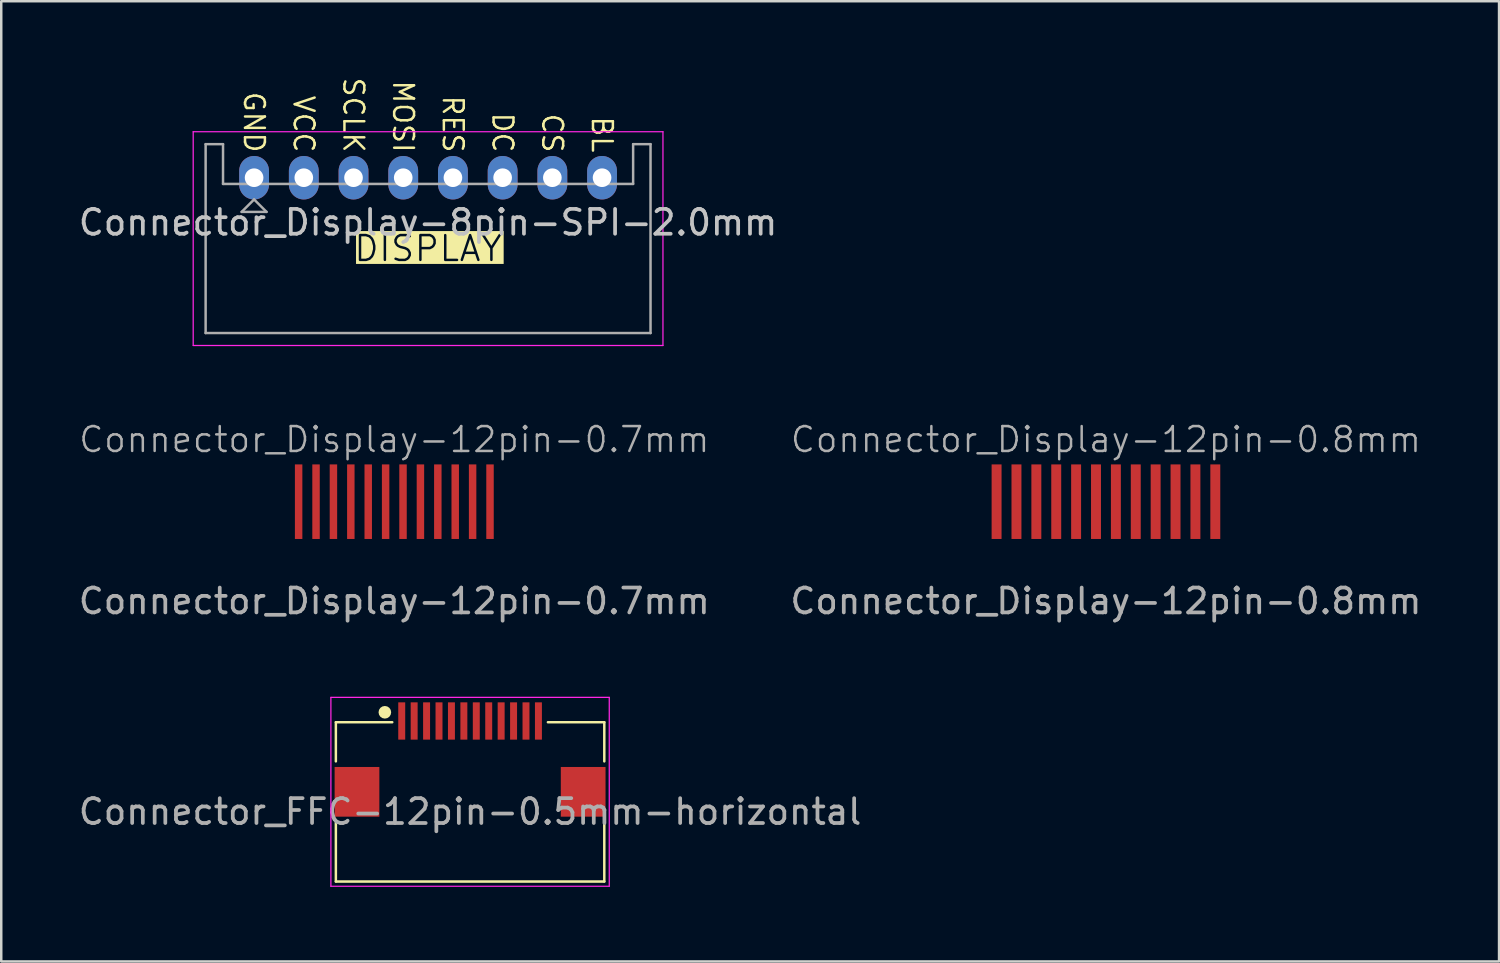
<source format=kicad_pcb>
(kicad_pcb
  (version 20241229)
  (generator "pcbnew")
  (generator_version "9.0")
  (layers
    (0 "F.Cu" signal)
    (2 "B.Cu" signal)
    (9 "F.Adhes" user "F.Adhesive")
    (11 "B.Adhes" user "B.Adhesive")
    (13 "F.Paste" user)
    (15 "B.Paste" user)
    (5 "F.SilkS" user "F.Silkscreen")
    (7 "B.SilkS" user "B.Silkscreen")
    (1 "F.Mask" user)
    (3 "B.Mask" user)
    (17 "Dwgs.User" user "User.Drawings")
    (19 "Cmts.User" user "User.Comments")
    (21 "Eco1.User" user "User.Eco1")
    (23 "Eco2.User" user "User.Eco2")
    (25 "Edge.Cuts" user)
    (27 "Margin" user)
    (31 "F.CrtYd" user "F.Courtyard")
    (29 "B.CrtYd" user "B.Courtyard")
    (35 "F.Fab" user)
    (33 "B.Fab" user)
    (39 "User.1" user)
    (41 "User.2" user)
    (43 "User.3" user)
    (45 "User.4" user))
  (footprint "Connector_Display-12pin-0.8mm"
    (layer "F.Cu")
    (at 41.446 17.135)
    (property "Reference" "Connector_Display-12pin-0.8mm" (at 0 -2.5 0) (unlocked yes) (layer "F.Fab") (effects (font (size 1 1) (thickness 0.1))))
    (attr smd)
    (fp_text user "${REFERENCE}" (at 0 4 0) (unlocked yes) (layer "F.Fab") (effects (font (size 1 1) (thickness 0.15))))
    (pad "1" smd rect (at 4.4 0) (size 0.4 3) (layers "F.Cu" "F.Mask" "F.Paste"))
    (pad "2" smd rect (at 3.6 0) (size 0.4 3) (layers "F.Cu" "F.Mask" "F.Paste"))
    (pad "3" smd rect (at 2.8 0) (size 0.4 3) (layers "F.Cu" "F.Mask" "F.Paste"))
    (pad "4" smd rect (at 2 0) (size 0.4 3) (layers "F.Cu" "F.Mask" "F.Paste"))
    (pad "5" smd rect (at 1.2 0) (size 0.4 3) (layers "F.Cu" "F.Mask" "F.Paste"))
    (pad "6" smd rect (at 0.4 0) (size 0.4 3) (layers "F.Cu" "F.Mask" "F.Paste"))
    (pad "7" smd rect (at -0.4 0) (size 0.4 3) (layers "F.Cu" "F.Mask" "F.Paste"))
    (pad "8" smd rect (at -1.2 0) (size 0.4 3) (layers "F.Cu" "F.Mask" "F.Paste"))
    (pad "9" smd rect (at -2 0) (size 0.4 3) (layers "F.Cu" "F.Mask" "F.Paste"))
    (pad "10" smd rect (at -2.8 0) (size 0.4 3) (layers "F.Cu" "F.Mask" "F.Paste"))
    (pad "11" smd rect (at -3.6 0) (size 0.4 3) (layers "F.Cu" "F.Mask" "F.Paste"))
    (pad "12" smd rect (at -4.4 0) (size 0.4 3) (layers "F.Cu" "F.Mask" "F.Paste")))
  (footprint "Connector_FFC-12pin-0.5mm-horizontal"
    (layer "F.Cu")
    (at 15.863 27.508)
    (property "Reference" "Connector_FFC-12pin-0.5mm-horizontal" (at 0 2.1 0) (layer "F.Fab") (effects (font (size 1 1) (thickness 0.15))))
    (attr smd)
    (fp_line (start -5.4 -1.5) (end -3.131 -1.5) (stroke (width 0.1) (type solid)) (layer "F.SilkS"))
    (fp_line (start -5.4 0.075) (end -5.4 -1.5) (stroke (width 0.1) (type solid)) (layer "F.SilkS"))
    (fp_line (start -5.4 4.909) (end -5.4 2.526) (stroke (width 0.1) (type solid)) (layer "F.SilkS"))
    (fp_line (start 5.4 -1.5) (end 3.131 -1.5) (stroke (width 0.1) (type solid)) (layer "F.SilkS"))
    (fp_line (start 5.4 0.075) (end 5.4 -1.5) (stroke (width 0.1) (type solid)) (layer "F.SilkS"))
    (fp_line (start 5.4 4.909) (end -5.4 4.909) (stroke (width 0.1) (type solid)) (layer "F.SilkS"))
    (fp_line (start 5.4 4.909) (end 5.4 2.526) (stroke (width 0.1) (type solid)) (layer "F.SilkS"))
    (fp_circle (center -3.429 -1.9) (end -3.302 -1.9) (stroke (width 0.254) (type solid)) (fill no) (layer "F.SilkS"))
    (fp_line (start -5.6 -2.5) (end -5.6 5.1) (stroke (width 0.05) (type solid)) (layer "F.CrtYd"))
    (fp_line (start -5.6 5.1) (end 5.6 5.1) (stroke (width 0.05) (type solid)) (layer "F.CrtYd"))
    (fp_line (start 5.6 -2.5) (end -5.6 -2.5) (stroke (width 0.05) (type solid)) (layer "F.CrtYd"))
    (fp_line (start 5.6 5.1) (end 5.6 -2.5) (stroke (width 0.05) (type solid)) (layer "F.CrtYd"))
    (pad "1" smd rect (at -2.75 -1.55) (size 0.28 1.5) (layers "F.Cu" "F.Mask" "F.Paste"))
    (pad "2" smd rect (at -2.25 -1.55) (size 0.28 1.5) (layers "F.Cu" "F.Mask" "F.Paste"))
    (pad "3" smd rect (at -1.75 -1.55) (size 0.28 1.5) (layers "F.Cu" "F.Mask" "F.Paste"))
    (pad "4" smd rect (at -1.25 -1.55) (size 0.28 1.5) (layers "F.Cu" "F.Mask" "F.Paste"))
    (pad "5" smd rect (at -0.75 -1.55) (size 0.28 1.5) (layers "F.Cu" "F.Mask" "F.Paste"))
    (pad "6" smd rect (at -0.25 -1.55) (size 0.28 1.5) (layers "F.Cu" "F.Mask" "F.Paste"))
    (pad "7" smd rect (at 0.25 -1.55) (size 0.28 1.5) (layers "F.Cu" "F.Mask" "F.Paste"))
    (pad "8" smd rect (at 0.75 -1.55) (size 0.28 1.5) (layers "F.Cu" "F.Mask" "F.Paste"))
    (pad "9" smd rect (at 1.25 -1.55) (size 0.28 1.5) (layers "F.Cu" "F.Mask" "F.Paste"))
    (pad "10" smd rect (at 1.75 -1.55) (size 0.28 1.5) (layers "F.Cu" "F.Mask" "F.Paste"))
    (pad "11" smd rect (at 2.25 -1.55) (size 0.28 1.5) (layers "F.Cu" "F.Mask" "F.Paste"))
    (pad "12" smd rect (at 2.75 -1.55) (size 0.28 1.5) (layers "F.Cu" "F.Mask" "F.Paste"))
    (pad "MP" smd rect (at -4.55 1.3) (size 1.8 2) (layers "F.Cu" "F.Mask" "F.Paste"))
    (pad "MP" smd rect (at 4.55 1.3) (size 1.8 2) (layers "F.Cu" "F.Mask" "F.Paste")))
  (footprint "Connector_Display-8pin-SPI-2.0mm"
    (layer "F.Cu")
    (at 7.173 4.1)
    (property "Reference" "Connector_Display-8pin-SPI-2.0mm" (at 7 1.8 0) (layer "Dwgs.User") (effects (font (size 1 1) (thickness 0.15))))
    (attr through_hole)
    (fp_line (start -2.45 -1.85) (end -2.45 6.75) (stroke (width 0.05) (type solid)) (layer "F.CrtYd"))
    (fp_line (start -2.45 6.75) (end 16.45 6.75) (stroke (width 0.05) (type solid)) (layer "F.CrtYd"))
    (fp_line (start 16.45 -1.85) (end -2.45 -1.85) (stroke (width 0.05) (type solid)) (layer "F.CrtYd"))
    (fp_line (start 16.45 6.75) (end 16.45 -1.85) (stroke (width 0.05) (type solid)) (layer "F.CrtYd"))
    (fp_line (start -1.95 -1.35) (end -1.95 6.25) (stroke (width 0.1) (type solid)) (layer "F.Fab"))
    (fp_line (start -1.95 6.25) (end 15.95 6.25) (stroke (width 0.1) (type solid)) (layer "F.Fab"))
    (fp_line (start -1.25 -1.35) (end -1.95 -1.35) (stroke (width 0.1) (type solid)) (layer "F.Fab"))
    (fp_line (start -1.25 0.25) (end -1.25 -1.35) (stroke (width 0.1) (type solid)) (layer "F.Fab"))
    (fp_line (start -0.5 1.375) (end 0.5 1.375) (stroke (width 0.1) (type solid)) (layer "F.Fab"))
    (fp_line (start 0 0.875) (end -0.5 1.375) (stroke (width 0.1) (type solid)) (layer "F.Fab"))
    (fp_line (start 0.5 1.375) (end 0 0.875) (stroke (width 0.1) (type solid)) (layer "F.Fab"))
    (fp_line (start 15.25 -1.35) (end 15.25 0.25) (stroke (width 0.1) (type solid)) (layer "F.Fab"))
    (fp_line (start 15.25 0.25) (end -1.25 0.25) (stroke (width 0.1) (type solid)) (layer "F.Fab"))
    (fp_line (start 15.95 -1.35) (end 15.25 -1.35) (stroke (width 0.1) (type solid)) (layer "F.Fab"))
    (fp_line (start 15.95 6.25) (end 15.95 -1.35) (stroke (width 0.1) (type solid)) (layer "F.Fab"))
    (fp_text user "CS" (at 12 -0.95 270) (unlocked yes) (layer "F.SilkS") (effects (font (size 0.8 0.8) (thickness 0.1)) (justify right)))
    (fp_text user "DC" (at 10 -0.95 270) (unlocked yes) (layer "F.SilkS") (effects (font (size 0.8 0.8) (thickness 0.1)) (justify right)))
    (fp_text user "VCC" (at 2 -0.95 270) (unlocked yes) (layer "F.SilkS") (effects (font (size 0.8 0.8) (thickness 0.1)) (justify right)))
    (fp_text user "RES" (at 8 -0.95 270) (unlocked yes) (layer "F.SilkS") (effects (font (size 0.8 0.8) (thickness 0.1)) (justify right)))
    (fp_text user "SCLK" (at 4 -0.95 270) (unlocked yes) (layer "F.SilkS") (effects (font (size 0.8 0.8) (thickness 0.1)) (justify right)))
    (fp_text user "MOSI" (at 6 -0.95 270) (unlocked yes) (layer "F.SilkS") (effects (font (size 0.8 0.8) (thickness 0.1)) (justify right)))
    (fp_text user "DISPLAY" (at 7 2.85 180) (layer "F.SilkS" knockout) (effects (font (size 1 1) (thickness 0.1))))
    (fp_text user "GND" (at 0 -0.95 270) (unlocked yes) (layer "F.SilkS") (effects (font (size 0.8 0.8) (thickness 0.1)) (justify right)))
    (fp_text user "BL" (at 14 -0.95 270) (unlocked yes) (layer "F.SilkS") (effects (font (size 0.8 0.8) (thickness 0.1)) (justify right)))
    (pad "1" thru_hole oval (at 0 0) (size 1.2 1.75) (drill 0.75) (layers "*.Cu" "*.Mask"))
    (pad "2" thru_hole oval (at 2 0) (size 1.2 1.75) (drill 0.75) (layers "*.Cu" "*.Mask"))
    (pad "3" thru_hole oval (at 4 0) (size 1.2 1.75) (drill 0.75) (layers "*.Cu" "*.Mask"))
    (pad "4" thru_hole oval (at 6 0) (size 1.2 1.75) (drill 0.75) (layers "*.Cu" "*.Mask"))
    (pad "5" thru_hole oval (at 8 0) (size 1.2 1.75) (drill 0.75) (layers "*.Cu" "*.Mask"))
    (pad "6" thru_hole oval (at 10 0) (size 1.2 1.75) (drill 0.75) (layers "*.Cu" "*.Mask"))
    (pad "7" thru_hole oval (at 12 0) (size 1.2 1.75) (drill 0.75) (layers "*.Cu" "*.Mask"))
    (pad "8" thru_hole oval (at 14 0) (size 1.2 1.75) (drill 0.75) (layers "*.Cu" "*.Mask")))
  (footprint "Connector_Display-12pin-0.7mm"
    (layer "F.Cu")
    (at 12.815 17.135)
    (property "Reference" "Connector_Display-12pin-0.7mm" (at 0 -2.5 0) (unlocked yes) (layer "F.Fab") (effects (font (size 1 1) (thickness 0.1))))
    (attr smd)
    (fp_text user "${REFERENCE}" (at 0 4 0) (unlocked yes) (layer "F.Fab") (effects (font (size 1 1) (thickness 0.15))))
    (pad "1" smd rect (at 3.85 0) (size 0.3 3) (layers "F.Cu" "F.Mask" "F.Paste"))
    (pad "2" smd rect (at 3.15 0) (size 0.3 3) (layers "F.Cu" "F.Mask" "F.Paste"))
    (pad "3" smd rect (at 2.45 0) (size 0.3 3) (layers "F.Cu" "F.Mask" "F.Paste"))
    (pad "4" smd rect (at 1.75 0) (size 0.3 3) (layers "F.Cu" "F.Mask" "F.Paste"))
    (pad "5" smd rect (at 1.05 0) (size 0.3 3) (layers "F.Cu" "F.Mask" "F.Paste"))
    (pad "6" smd rect (at 0.35 0) (size 0.3 3) (layers "F.Cu" "F.Mask" "F.Paste"))
    (pad "7" smd rect (at -0.35 0) (size 0.3 3) (layers "F.Cu" "F.Mask" "F.Paste"))
    (pad "8" smd rect (at -1.05 0) (size 0.3 3) (layers "F.Cu" "F.Mask" "F.Paste"))
    (pad "9" smd rect (at -1.75 0) (size 0.3 3) (layers "F.Cu" "F.Mask" "F.Paste"))
    (pad "10" smd rect (at -2.45 0) (size 0.3 3) (layers "F.Cu" "F.Mask" "F.Paste"))
    (pad "11" smd rect (at -3.15 0) (size 0.3 3) (layers "F.Cu" "F.Mask" "F.Paste"))
    (pad "12" smd rect (at -3.85 0) (size 0.3 3) (layers "F.Cu" "F.Mask" "F.Paste")))
  (gr_rect
    (start -3 -3)
    (end 57.262 35.633)
    (stroke (width 0.1) (type default))
    (fill no)
    (layer "Edge.Cuts")))
</source>
